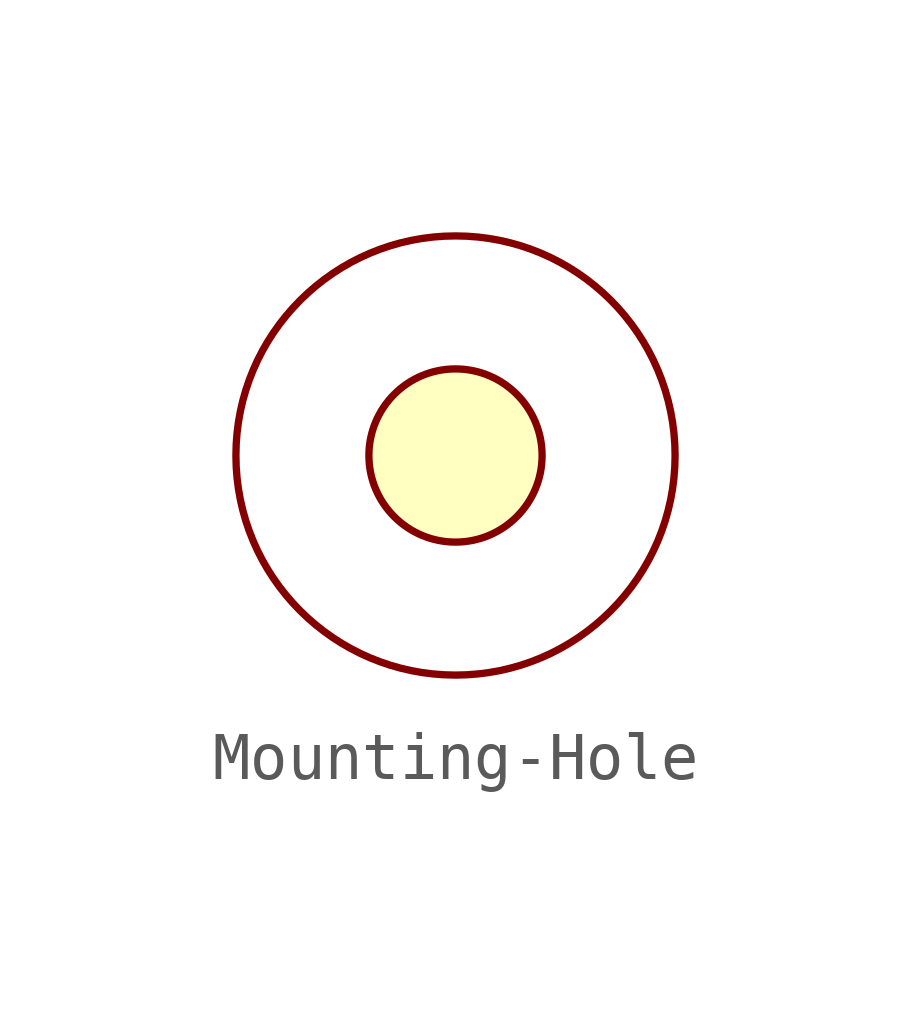
<source format=kicad_sym>
(kicad_symbol_lib
  (version 20211014)
  (generator kicad_symbol_editor)
  (symbol "Mounting-Hole"
    (pin_names
      (offset 1.016))
    (property "Reference" "H"
      (at 0 6.35 0)
      (effects (font (size 1.27 1.27)) hide))
    (symbol "Mounting-Hole_0_1"
      (circle (center 0 0) (radius 1.803) (stroke (width 0) (type default) (color 0 0 0 0)) (fill (type background)))
      (circle (center 0 0) (radius 4.572) (stroke (width 0) (type default) (color 0 0 0 0)) (fill (type none))))))
</source>
